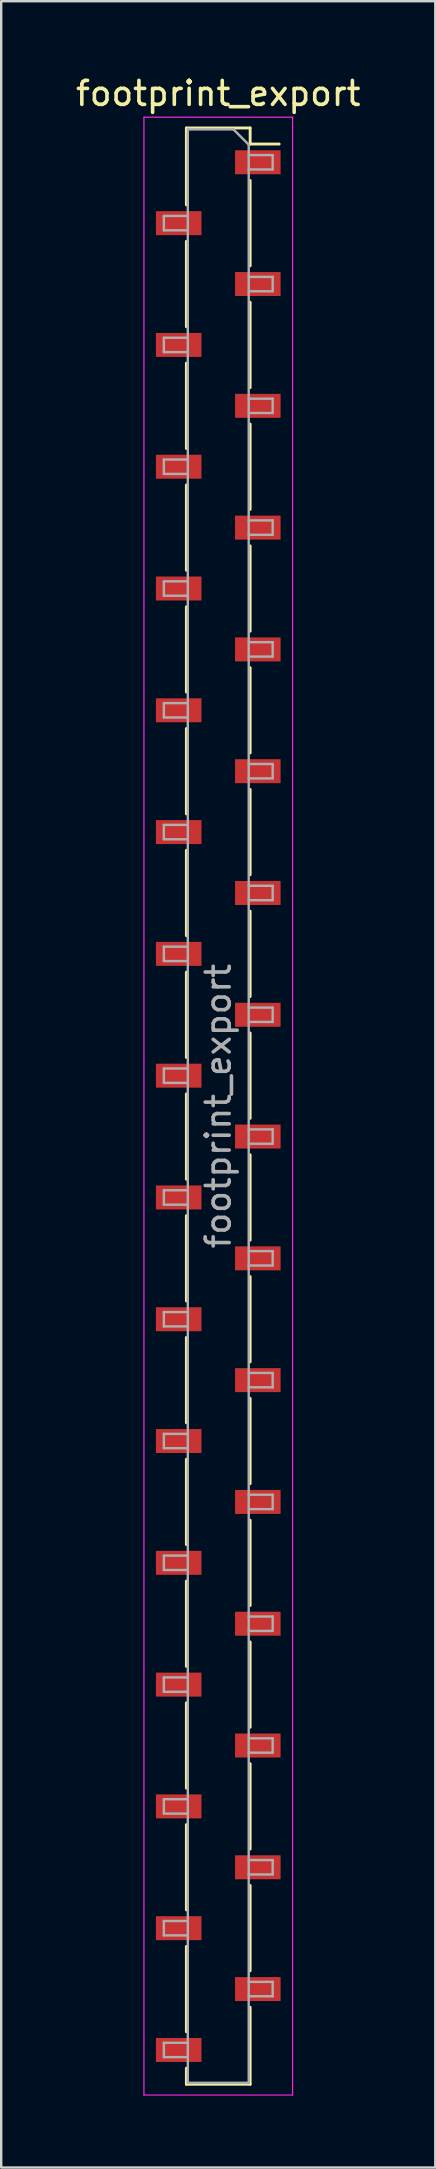
<source format=kicad_pcb>
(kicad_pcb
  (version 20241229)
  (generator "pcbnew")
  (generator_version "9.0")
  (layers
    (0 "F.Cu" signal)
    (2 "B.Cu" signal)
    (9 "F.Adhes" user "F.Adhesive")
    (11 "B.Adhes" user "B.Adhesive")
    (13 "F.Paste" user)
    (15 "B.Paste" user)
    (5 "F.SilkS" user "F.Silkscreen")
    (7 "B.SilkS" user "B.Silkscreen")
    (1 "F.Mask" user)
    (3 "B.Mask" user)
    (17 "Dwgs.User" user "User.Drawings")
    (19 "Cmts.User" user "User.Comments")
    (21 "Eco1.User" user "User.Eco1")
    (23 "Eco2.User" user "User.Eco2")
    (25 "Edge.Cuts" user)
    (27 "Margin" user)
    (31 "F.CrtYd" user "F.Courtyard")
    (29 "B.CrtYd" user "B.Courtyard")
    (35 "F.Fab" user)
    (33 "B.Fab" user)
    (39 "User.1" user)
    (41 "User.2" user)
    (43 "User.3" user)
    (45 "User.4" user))
  (footprint "footprint_export"
    (layer "F.Cu")
    (at 6.054 43.088)
    (property "Reference" "footprint_export" (at 0 -42.24 0) (layer "F.SilkS") (effects (font (size 1 1) (thickness 0.15))))
    (attr smd)
    (fp_line (start -1.33 -40.8) (end -1.33 -37.59) (stroke (width 0.12) (type solid)) (layer "F.SilkS"))
    (fp_line (start -1.33 -40.8) (end 1.33 -40.8) (stroke (width 0.12) (type solid)) (layer "F.SilkS"))
    (fp_line (start -1.33 -36.07) (end -1.33 -32.51) (stroke (width 0.12) (type solid)) (layer "F.SilkS"))
    (fp_line (start -1.33 -30.99) (end -1.33 -27.43) (stroke (width 0.12) (type solid)) (layer "F.SilkS"))
    (fp_line (start -1.33 -25.91) (end -1.33 -22.35) (stroke (width 0.12) (type solid)) (layer "F.SilkS"))
    (fp_line (start -1.33 -20.83) (end -1.33 -17.27) (stroke (width 0.12) (type solid)) (layer "F.SilkS"))
    (fp_line (start -1.33 -15.75) (end -1.33 -12.19) (stroke (width 0.12) (type solid)) (layer "F.SilkS"))
    (fp_line (start -1.33 -10.67) (end -1.33 -7.11) (stroke (width 0.12) (type solid)) (layer "F.SilkS"))
    (fp_line (start -1.33 -5.59) (end -1.33 -2.03) (stroke (width 0.12) (type solid)) (layer "F.SilkS"))
    (fp_line (start -1.33 -0.51) (end -1.33 3.05) (stroke (width 0.12) (type solid)) (layer "F.SilkS"))
    (fp_line (start -1.33 4.57) (end -1.33 8.13) (stroke (width 0.12) (type solid)) (layer "F.SilkS"))
    (fp_line (start -1.33 9.65) (end -1.33 13.21) (stroke (width 0.12) (type solid)) (layer "F.SilkS"))
    (fp_line (start -1.33 14.73) (end -1.33 18.29) (stroke (width 0.12) (type solid)) (layer "F.SilkS"))
    (fp_line (start -1.33 19.81) (end -1.33 23.37) (stroke (width 0.12) (type solid)) (layer "F.SilkS"))
    (fp_line (start -1.33 24.89) (end -1.33 28.45) (stroke (width 0.12) (type solid)) (layer "F.SilkS"))
    (fp_line (start -1.33 29.97) (end -1.33 33.53) (stroke (width 0.12) (type solid)) (layer "F.SilkS"))
    (fp_line (start -1.33 35.05) (end -1.33 38.61) (stroke (width 0.12) (type solid)) (layer "F.SilkS"))
    (fp_line (start -1.33 40.13) (end -1.33 40.8) (stroke (width 0.12) (type solid)) (layer "F.SilkS"))
    (fp_line (start -1.33 40.8) (end 1.33 40.8) (stroke (width 0.12) (type solid)) (layer "F.SilkS"))
    (fp_line (start 1.33 -40.8) (end 1.33 -40.13) (stroke (width 0.12) (type solid)) (layer "F.SilkS"))
    (fp_line (start 1.33 -40.13) (end 2.54 -40.13) (stroke (width 0.12) (type solid)) (layer "F.SilkS"))
    (fp_line (start 1.33 -38.61) (end 1.33 -35.05) (stroke (width 0.12) (type solid)) (layer "F.SilkS"))
    (fp_line (start 1.33 -33.53) (end 1.33 -29.97) (stroke (width 0.12) (type solid)) (layer "F.SilkS"))
    (fp_line (start 1.33 -28.45) (end 1.33 -24.89) (stroke (width 0.12) (type solid)) (layer "F.SilkS"))
    (fp_line (start 1.33 -23.37) (end 1.33 -19.81) (stroke (width 0.12) (type solid)) (layer "F.SilkS"))
    (fp_line (start 1.33 -18.29) (end 1.33 -14.73) (stroke (width 0.12) (type solid)) (layer "F.SilkS"))
    (fp_line (start 1.33 -13.21) (end 1.33 -9.65) (stroke (width 0.12) (type solid)) (layer "F.SilkS"))
    (fp_line (start 1.33 -8.13) (end 1.33 -4.57) (stroke (width 0.12) (type solid)) (layer "F.SilkS"))
    (fp_line (start 1.33 -3.05) (end 1.33 0.51) (stroke (width 0.12) (type solid)) (layer "F.SilkS"))
    (fp_line (start 1.33 2.03) (end 1.33 5.59) (stroke (width 0.12) (type solid)) (layer "F.SilkS"))
    (fp_line (start 1.33 7.11) (end 1.33 10.67) (stroke (width 0.12) (type solid)) (layer "F.SilkS"))
    (fp_line (start 1.33 12.19) (end 1.33 15.75) (stroke (width 0.12) (type solid)) (layer "F.SilkS"))
    (fp_line (start 1.33 17.27) (end 1.33 20.83) (stroke (width 0.12) (type solid)) (layer "F.SilkS"))
    (fp_line (start 1.33 22.35) (end 1.33 25.91) (stroke (width 0.12) (type solid)) (layer "F.SilkS"))
    (fp_line (start 1.33 27.43) (end 1.33 30.99) (stroke (width 0.12) (type solid)) (layer "F.SilkS"))
    (fp_line (start 1.33 32.51) (end 1.33 36.07) (stroke (width 0.12) (type solid)) (layer "F.SilkS"))
    (fp_line (start 1.33 37.59) (end 1.33 40.8) (stroke (width 0.12) (type solid)) (layer "F.SilkS"))
    (fp_line (start -3.1 -41.25) (end 3.1 -41.25) (stroke (width 0.05) (type solid)) (layer "F.CrtYd"))
    (fp_line (start -3.1 41.25) (end -3.1 -41.25) (stroke (width 0.05) (type solid)) (layer "F.CrtYd"))
    (fp_line (start 3.1 -41.25) (end 3.1 41.25) (stroke (width 0.05) (type solid)) (layer "F.CrtYd"))
    (fp_line (start 3.1 41.25) (end -3.1 41.25) (stroke (width 0.05) (type solid)) (layer "F.CrtYd"))
    (fp_line (start -2.27 -37.13) (end -1.27 -37.13) (stroke (width 0.1) (type solid)) (layer "F.Fab"))
    (fp_line (start -2.27 -36.53) (end -2.27 -37.13) (stroke (width 0.1) (type solid)) (layer "F.Fab"))
    (fp_line (start -2.27 -32.05) (end -1.27 -32.05) (stroke (width 0.1) (type solid)) (layer "F.Fab"))
    (fp_line (start -2.27 -31.45) (end -2.27 -32.05) (stroke (width 0.1) (type solid)) (layer "F.Fab"))
    (fp_line (start -2.27 -26.97) (end -1.27 -26.97) (stroke (width 0.1) (type solid)) (layer "F.Fab"))
    (fp_line (start -2.27 -26.37) (end -2.27 -26.97) (stroke (width 0.1) (type solid)) (layer "F.Fab"))
    (fp_line (start -2.27 -21.89) (end -1.27 -21.89) (stroke (width 0.1) (type solid)) (layer "F.Fab"))
    (fp_line (start -2.27 -21.29) (end -2.27 -21.89) (stroke (width 0.1) (type solid)) (layer "F.Fab"))
    (fp_line (start -2.27 -16.81) (end -1.27 -16.81) (stroke (width 0.1) (type solid)) (layer "F.Fab"))
    (fp_line (start -2.27 -16.21) (end -2.27 -16.81) (stroke (width 0.1) (type solid)) (layer "F.Fab"))
    (fp_line (start -2.27 -11.73) (end -1.27 -11.73) (stroke (width 0.1) (type solid)) (layer "F.Fab"))
    (fp_line (start -2.27 -11.13) (end -2.27 -11.73) (stroke (width 0.1) (type solid)) (layer "F.Fab"))
    (fp_line (start -2.27 -6.65) (end -1.27 -6.65) (stroke (width 0.1) (type solid)) (layer "F.Fab"))
    (fp_line (start -2.27 -6.05) (end -2.27 -6.65) (stroke (width 0.1) (type solid)) (layer "F.Fab"))
    (fp_line (start -2.27 -1.57) (end -1.27 -1.57) (stroke (width 0.1) (type solid)) (layer "F.Fab"))
    (fp_line (start -2.27 -0.97) (end -2.27 -1.57) (stroke (width 0.1) (type solid)) (layer "F.Fab"))
    (fp_line (start -2.27 3.51) (end -1.27 3.51) (stroke (width 0.1) (type solid)) (layer "F.Fab"))
    (fp_line (start -2.27 4.11) (end -2.27 3.51) (stroke (width 0.1) (type solid)) (layer "F.Fab"))
    (fp_line (start -2.27 8.59) (end -1.27 8.59) (stroke (width 0.1) (type solid)) (layer "F.Fab"))
    (fp_line (start -2.27 9.19) (end -2.27 8.59) (stroke (width 0.1) (type solid)) (layer "F.Fab"))
    (fp_line (start -2.27 13.67) (end -1.27 13.67) (stroke (width 0.1) (type solid)) (layer "F.Fab"))
    (fp_line (start -2.27 14.27) (end -2.27 13.67) (stroke (width 0.1) (type solid)) (layer "F.Fab"))
    (fp_line (start -2.27 18.75) (end -1.27 18.75) (stroke (width 0.1) (type solid)) (layer "F.Fab"))
    (fp_line (start -2.27 19.35) (end -2.27 18.75) (stroke (width 0.1) (type solid)) (layer "F.Fab"))
    (fp_line (start -2.27 23.83) (end -1.27 23.83) (stroke (width 0.1) (type solid)) (layer "F.Fab"))
    (fp_line (start -2.27 24.43) (end -2.27 23.83) (stroke (width 0.1) (type solid)) (layer "F.Fab"))
    (fp_line (start -2.27 28.91) (end -1.27 28.91) (stroke (width 0.1) (type solid)) (layer "F.Fab"))
    (fp_line (start -2.27 29.51) (end -2.27 28.91) (stroke (width 0.1) (type solid)) (layer "F.Fab"))
    (fp_line (start -2.27 33.99) (end -1.27 33.99) (stroke (width 0.1) (type solid)) (layer "F.Fab"))
    (fp_line (start -2.27 34.59) (end -2.27 33.99) (stroke (width 0.1) (type solid)) (layer "F.Fab"))
    (fp_line (start -2.27 39.07) (end -1.27 39.07) (stroke (width 0.1) (type solid)) (layer "F.Fab"))
    (fp_line (start -2.27 39.67) (end -2.27 39.07) (stroke (width 0.1) (type solid)) (layer "F.Fab"))
    (fp_line (start -1.27 -40.74) (end 0.635 -40.74) (stroke (width 0.1) (type solid)) (layer "F.Fab"))
    (fp_line (start -1.27 -36.53) (end -2.27 -36.53) (stroke (width 0.1) (type solid)) (layer "F.Fab"))
    (fp_line (start -1.27 -31.45) (end -2.27 -31.45) (stroke (width 0.1) (type solid)) (layer "F.Fab"))
    (fp_line (start -1.27 -26.37) (end -2.27 -26.37) (stroke (width 0.1) (type solid)) (layer "F.Fab"))
    (fp_line (start -1.27 -21.29) (end -2.27 -21.29) (stroke (width 0.1) (type solid)) (layer "F.Fab"))
    (fp_line (start -1.27 -16.21) (end -2.27 -16.21) (stroke (width 0.1) (type solid)) (layer "F.Fab"))
    (fp_line (start -1.27 -11.13) (end -2.27 -11.13) (stroke (width 0.1) (type solid)) (layer "F.Fab"))
    (fp_line (start -1.27 -6.05) (end -2.27 -6.05) (stroke (width 0.1) (type solid)) (layer "F.Fab"))
    (fp_line (start -1.27 -0.97) (end -2.27 -0.97) (stroke (width 0.1) (type solid)) (layer "F.Fab"))
    (fp_line (start -1.27 4.11) (end -2.27 4.11) (stroke (width 0.1) (type solid)) (layer "F.Fab"))
    (fp_line (start -1.27 9.19) (end -2.27 9.19) (stroke (width 0.1) (type solid)) (layer "F.Fab"))
    (fp_line (start -1.27 14.27) (end -2.27 14.27) (stroke (width 0.1) (type solid)) (layer "F.Fab"))
    (fp_line (start -1.27 19.35) (end -2.27 19.35) (stroke (width 0.1) (type solid)) (layer "F.Fab"))
    (fp_line (start -1.27 24.43) (end -2.27 24.43) (stroke (width 0.1) (type solid)) (layer "F.Fab"))
    (fp_line (start -1.27 29.51) (end -2.27 29.51) (stroke (width 0.1) (type solid)) (layer "F.Fab"))
    (fp_line (start -1.27 34.59) (end -2.27 34.59) (stroke (width 0.1) (type solid)) (layer "F.Fab"))
    (fp_line (start -1.27 39.67) (end -2.27 39.67) (stroke (width 0.1) (type solid)) (layer "F.Fab"))
    (fp_line (start -1.27 40.74) (end -1.27 -40.74) (stroke (width 0.1) (type solid)) (layer "F.Fab"))
    (fp_line (start 0.635 -40.74) (end 1.27 -40.105) (stroke (width 0.1) (type solid)) (layer "F.Fab"))
    (fp_line (start 1.27 -40.105) (end 1.27 40.74) (stroke (width 0.1) (type solid)) (layer "F.Fab"))
    (fp_line (start 1.27 -39.67) (end 2.27 -39.67) (stroke (width 0.1) (type solid)) (layer "F.Fab"))
    (fp_line (start 1.27 -34.59) (end 2.27 -34.59) (stroke (width 0.1) (type solid)) (layer "F.Fab"))
    (fp_line (start 1.27 -29.51) (end 2.27 -29.51) (stroke (width 0.1) (type solid)) (layer "F.Fab"))
    (fp_line (start 1.27 -24.43) (end 2.27 -24.43) (stroke (width 0.1) (type solid)) (layer "F.Fab"))
    (fp_line (start 1.27 -19.35) (end 2.27 -19.35) (stroke (width 0.1) (type solid)) (layer "F.Fab"))
    (fp_line (start 1.27 -14.27) (end 2.27 -14.27) (stroke (width 0.1) (type solid)) (layer "F.Fab"))
    (fp_line (start 1.27 -9.19) (end 2.27 -9.19) (stroke (width 0.1) (type solid)) (layer "F.Fab"))
    (fp_line (start 1.27 -4.11) (end 2.27 -4.11) (stroke (width 0.1) (type solid)) (layer "F.Fab"))
    (fp_line (start 1.27 0.97) (end 2.27 0.97) (stroke (width 0.1) (type solid)) (layer "F.Fab"))
    (fp_line (start 1.27 6.05) (end 2.27 6.05) (stroke (width 0.1) (type solid)) (layer "F.Fab"))
    (fp_line (start 1.27 11.13) (end 2.27 11.13) (stroke (width 0.1) (type solid)) (layer "F.Fab"))
    (fp_line (start 1.27 16.21) (end 2.27 16.21) (stroke (width 0.1) (type solid)) (layer "F.Fab"))
    (fp_line (start 1.27 21.29) (end 2.27 21.29) (stroke (width 0.1) (type solid)) (layer "F.Fab"))
    (fp_line (start 1.27 26.37) (end 2.27 26.37) (stroke (width 0.1) (type solid)) (layer "F.Fab"))
    (fp_line (start 1.27 31.45) (end 2.27 31.45) (stroke (width 0.1) (type solid)) (layer "F.Fab"))
    (fp_line (start 1.27 36.53) (end 2.27 36.53) (stroke (width 0.1) (type solid)) (layer "F.Fab"))
    (fp_line (start 1.27 40.74) (end -1.27 40.74) (stroke (width 0.1) (type solid)) (layer "F.Fab"))
    (fp_line (start 2.27 -39.67) (end 2.27 -39.07) (stroke (width 0.1) (type solid)) (layer "F.Fab"))
    (fp_line (start 2.27 -39.07) (end 1.27 -39.07) (stroke (width 0.1) (type solid)) (layer "F.Fab"))
    (fp_line (start 2.27 -34.59) (end 2.27 -33.99) (stroke (width 0.1) (type solid)) (layer "F.Fab"))
    (fp_line (start 2.27 -33.99) (end 1.27 -33.99) (stroke (width 0.1) (type solid)) (layer "F.Fab"))
    (fp_line (start 2.27 -29.51) (end 2.27 -28.91) (stroke (width 0.1) (type solid)) (layer "F.Fab"))
    (fp_line (start 2.27 -28.91) (end 1.27 -28.91) (stroke (width 0.1) (type solid)) (layer "F.Fab"))
    (fp_line (start 2.27 -24.43) (end 2.27 -23.83) (stroke (width 0.1) (type solid)) (layer "F.Fab"))
    (fp_line (start 2.27 -23.83) (end 1.27 -23.83) (stroke (width 0.1) (type solid)) (layer "F.Fab"))
    (fp_line (start 2.27 -19.35) (end 2.27 -18.75) (stroke (width 0.1) (type solid)) (layer "F.Fab"))
    (fp_line (start 2.27 -18.75) (end 1.27 -18.75) (stroke (width 0.1) (type solid)) (layer "F.Fab"))
    (fp_line (start 2.27 -14.27) (end 2.27 -13.67) (stroke (width 0.1) (type solid)) (layer "F.Fab"))
    (fp_line (start 2.27 -13.67) (end 1.27 -13.67) (stroke (width 0.1) (type solid)) (layer "F.Fab"))
    (fp_line (start 2.27 -9.19) (end 2.27 -8.59) (stroke (width 0.1) (type solid)) (layer "F.Fab"))
    (fp_line (start 2.27 -8.59) (end 1.27 -8.59) (stroke (width 0.1) (type solid)) (layer "F.Fab"))
    (fp_line (start 2.27 -4.11) (end 2.27 -3.51) (stroke (width 0.1) (type solid)) (layer "F.Fab"))
    (fp_line (start 2.27 -3.51) (end 1.27 -3.51) (stroke (width 0.1) (type solid)) (layer "F.Fab"))
    (fp_line (start 2.27 0.97) (end 2.27 1.57) (stroke (width 0.1) (type solid)) (layer "F.Fab"))
    (fp_line (start 2.27 1.57) (end 1.27 1.57) (stroke (width 0.1) (type solid)) (layer "F.Fab"))
    (fp_line (start 2.27 6.05) (end 2.27 6.65) (stroke (width 0.1) (type solid)) (layer "F.Fab"))
    (fp_line (start 2.27 6.65) (end 1.27 6.65) (stroke (width 0.1) (type solid)) (layer "F.Fab"))
    (fp_line (start 2.27 11.13) (end 2.27 11.73) (stroke (width 0.1) (type solid)) (layer "F.Fab"))
    (fp_line (start 2.27 11.73) (end 1.27 11.73) (stroke (width 0.1) (type solid)) (layer "F.Fab"))
    (fp_line (start 2.27 16.21) (end 2.27 16.81) (stroke (width 0.1) (type solid)) (layer "F.Fab"))
    (fp_line (start 2.27 16.81) (end 1.27 16.81) (stroke (width 0.1) (type solid)) (layer "F.Fab"))
    (fp_line (start 2.27 21.29) (end 2.27 21.89) (stroke (width 0.1) (type solid)) (layer "F.Fab"))
    (fp_line (start 2.27 21.89) (end 1.27 21.89) (stroke (width 0.1) (type solid)) (layer "F.Fab"))
    (fp_line (start 2.27 26.37) (end 2.27 26.97) (stroke (width 0.1) (type solid)) (layer "F.Fab"))
    (fp_line (start 2.27 26.97) (end 1.27 26.97) (stroke (width 0.1) (type solid)) (layer "F.Fab"))
    (fp_line (start 2.27 31.45) (end 2.27 32.05) (stroke (width 0.1) (type solid)) (layer "F.Fab"))
    (fp_line (start 2.27 32.05) (end 1.27 32.05) (stroke (width 0.1) (type solid)) (layer "F.Fab"))
    (fp_line (start 2.27 36.53) (end 2.27 37.13) (stroke (width 0.1) (type solid)) (layer "F.Fab"))
    (fp_line (start 2.27 37.13) (end 1.27 37.13) (stroke (width 0.1) (type solid)) (layer "F.Fab"))
    (fp_text user "${REFERENCE}" (at 0 0 90) (layer "F.Fab") (effects (font (size 1 1) (thickness 0.15))))
    (pad "1" smd rect (at 1.65 -39.37) (size 1.9 1) (layers "F.Cu" "F.Mask" "F.Paste"))
    (pad "2" smd rect (at -1.65 -36.83) (size 1.9 1) (layers "F.Cu" "F.Mask" "F.Paste"))
    (pad "3" smd rect (at 1.65 -34.29) (size 1.9 1) (layers "F.Cu" "F.Mask" "F.Paste"))
    (pad "4" smd rect (at -1.65 -31.75) (size 1.9 1) (layers "F.Cu" "F.Mask" "F.Paste"))
    (pad "5" smd rect (at 1.65 -29.21) (size 1.9 1) (layers "F.Cu" "F.Mask" "F.Paste"))
    (pad "6" smd rect (at -1.65 -26.67) (size 1.9 1) (layers "F.Cu" "F.Mask" "F.Paste"))
    (pad "7" smd rect (at 1.65 -24.13) (size 1.9 1) (layers "F.Cu" "F.Mask" "F.Paste"))
    (pad "8" smd rect (at -1.65 -21.59) (size 1.9 1) (layers "F.Cu" "F.Mask" "F.Paste"))
    (pad "9" smd rect (at 1.65 -19.05) (size 1.9 1) (layers "F.Cu" "F.Mask" "F.Paste"))
    (pad "10" smd rect (at -1.65 -16.51) (size 1.9 1) (layers "F.Cu" "F.Mask" "F.Paste"))
    (pad "11" smd rect (at 1.65 -13.97) (size 1.9 1) (layers "F.Cu" "F.Mask" "F.Paste"))
    (pad "12" smd rect (at -1.65 -11.43) (size 1.9 1) (layers "F.Cu" "F.Mask" "F.Paste"))
    (pad "13" smd rect (at 1.65 -8.89) (size 1.9 1) (layers "F.Cu" "F.Mask" "F.Paste"))
    (pad "14" smd rect (at -1.65 -6.35) (size 1.9 1) (layers "F.Cu" "F.Mask" "F.Paste"))
    (pad "15" smd rect (at 1.65 -3.81) (size 1.9 1) (layers "F.Cu" "F.Mask" "F.Paste"))
    (pad "16" smd rect (at -1.65 -1.27) (size 1.9 1) (layers "F.Cu" "F.Mask" "F.Paste"))
    (pad "17" smd rect (at 1.65 1.27) (size 1.9 1) (layers "F.Cu" "F.Mask" "F.Paste"))
    (pad "18" smd rect (at -1.65 3.81) (size 1.9 1) (layers "F.Cu" "F.Mask" "F.Paste"))
    (pad "19" smd rect (at 1.65 6.35) (size 1.9 1) (layers "F.Cu" "F.Mask" "F.Paste"))
    (pad "20" smd rect (at -1.65 8.89) (size 1.9 1) (layers "F.Cu" "F.Mask" "F.Paste"))
    (pad "21" smd rect (at 1.65 11.43) (size 1.9 1) (layers "F.Cu" "F.Mask" "F.Paste"))
    (pad "22" smd rect (at -1.65 13.97) (size 1.9 1) (layers "F.Cu" "F.Mask" "F.Paste"))
    (pad "23" smd rect (at 1.65 16.51) (size 1.9 1) (layers "F.Cu" "F.Mask" "F.Paste"))
    (pad "24" smd rect (at -1.65 19.05) (size 1.9 1) (layers "F.Cu" "F.Mask" "F.Paste"))
    (pad "25" smd rect (at 1.65 21.59) (size 1.9 1) (layers "F.Cu" "F.Mask" "F.Paste"))
    (pad "26" smd rect (at -1.65 24.13) (size 1.9 1) (layers "F.Cu" "F.Mask" "F.Paste"))
    (pad "27" smd rect (at 1.65 26.67) (size 1.9 1) (layers "F.Cu" "F.Mask" "F.Paste"))
    (pad "28" smd rect (at -1.65 29.21) (size 1.9 1) (layers "F.Cu" "F.Mask" "F.Paste"))
    (pad "29" smd rect (at 1.65 31.75) (size 1.9 1) (layers "F.Cu" "F.Mask" "F.Paste"))
    (pad "30" smd rect (at -1.65 34.29) (size 1.9 1) (layers "F.Cu" "F.Mask" "F.Paste"))
    (pad "31" smd rect (at 1.65 36.83) (size 1.9 1) (layers "F.Cu" "F.Mask" "F.Paste"))
    (pad "32" smd rect (at -1.65 39.37) (size 1.9 1) (layers "F.Cu" "F.Mask" "F.Paste")))
  (gr_rect
    (start -3 -3)
    (end 15.107 87.363)
    (stroke (width 0.1) (type default))
    (fill no)
    (layer "Edge.Cuts")))
</source>
